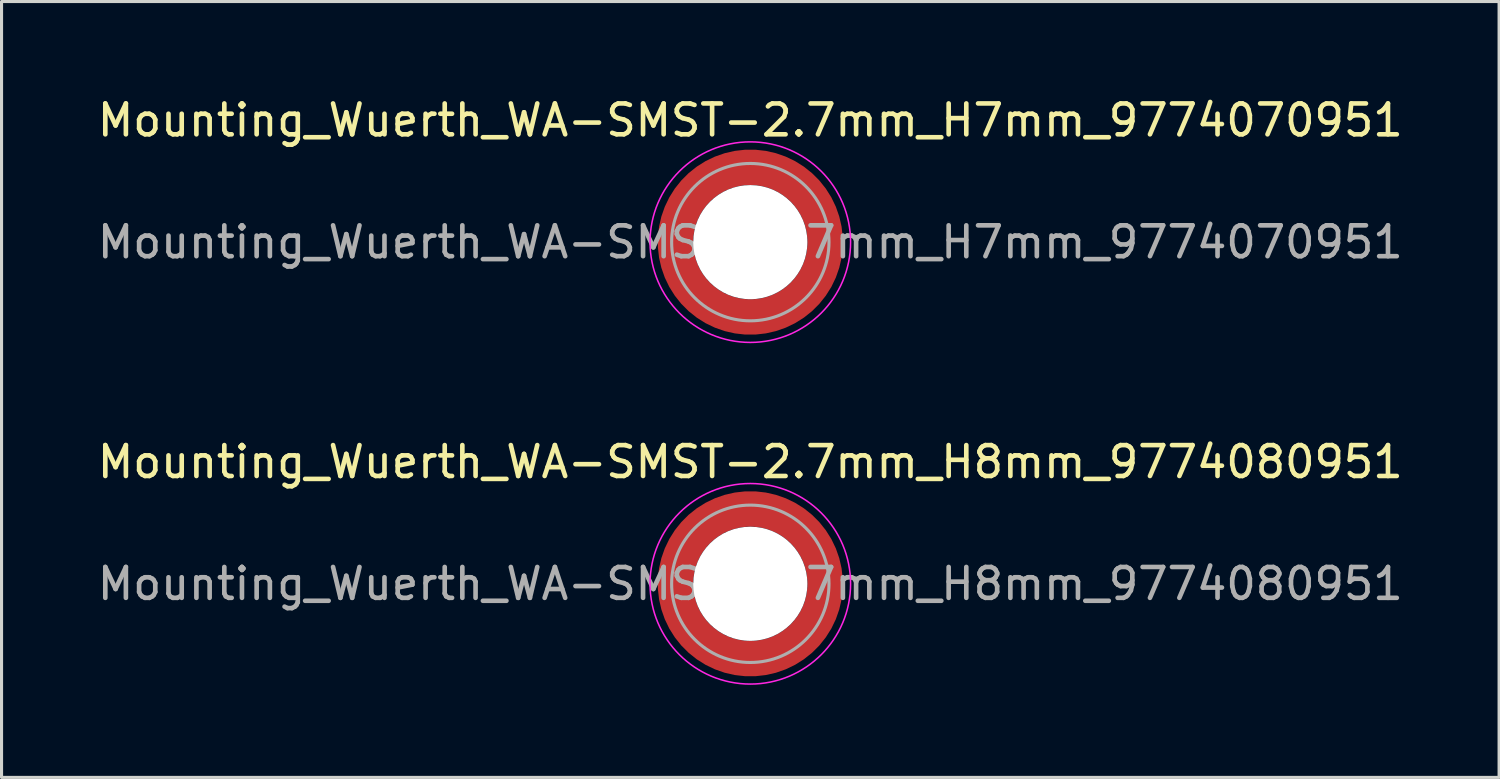
<source format=kicad_pcb>
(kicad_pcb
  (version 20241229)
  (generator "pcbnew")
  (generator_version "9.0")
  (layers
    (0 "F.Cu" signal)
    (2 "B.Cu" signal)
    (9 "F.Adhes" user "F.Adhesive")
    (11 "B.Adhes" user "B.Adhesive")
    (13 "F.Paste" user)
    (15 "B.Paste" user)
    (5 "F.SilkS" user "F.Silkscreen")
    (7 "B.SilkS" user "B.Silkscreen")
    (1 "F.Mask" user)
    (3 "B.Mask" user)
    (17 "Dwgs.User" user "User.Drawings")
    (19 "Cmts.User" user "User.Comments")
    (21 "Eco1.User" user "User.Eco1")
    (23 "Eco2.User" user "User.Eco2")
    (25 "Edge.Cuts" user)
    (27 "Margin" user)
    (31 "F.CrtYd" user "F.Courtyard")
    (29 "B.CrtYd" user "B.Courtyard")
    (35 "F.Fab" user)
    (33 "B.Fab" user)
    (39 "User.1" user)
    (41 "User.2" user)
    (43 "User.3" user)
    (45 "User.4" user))
  (footprint "Mounting_Wuerth_WA-SMST-2.7mm_H7mm_9774070951"
    (layer "F.Cu")
    (at 21.268 4.798)
    (property "Reference" "Mounting_Wuerth_WA-SMST-2.7mm_H7mm_9774070951" (at 0 -3.95 0) (layer "F.SilkS") (effects (font (size 1 1) (thickness 0.15))))
    (attr smd)
    (fp_circle (center 0 0) (end 3.25 0) (stroke (width 0.05) (type solid)) (fill no) (layer "F.CrtYd"))
    (fp_circle (center 0 0) (end 2.55 0) (stroke (width 0.1) (type solid)) (fill no) (layer "F.Fab"))
    (fp_text user "${REFERENCE}" (at 0 0 0) (layer "F.Fab") (effects (font (size 1 1) (thickness 0.15))))
    (pad "" smd custom (at -1.704 -1.704) (size 0.62 0.62) (layers "F.Paste") (options (anchor circle)) (primitives (gr_arc (start -0.250195 1.279127) (mid 0.289914 0.289914) (end 1.279127 -0.250195) (width 0.2)) (gr_arc (start -0.34334 1.279127) (mid 0.225488 0.225488) (end 1.279127 -0.34334) (width 0.2)) (gr_arc (start -0.436309 1.279127) (mid 0.161063 0.161063) (end 1.279127 -0.436309) (width 0.2)) (gr_arc (start -0.529126 1.279127) (mid 0.096638 0.096638) (end 1.279127 -0.529126) (width 0.2)) (gr_arc (start -0.621807 1.279127) (mid 0.032213 0.032213) (end 1.279127 -0.621807) (width 0.2)) (gr_arc (start -0.71437 1.279127) (mid -0.032213 -0.032213) (end 1.279127 -0.71437) (width 0.2)) (gr_arc (start -0.806826 1.279127) (mid -0.096638 -0.096638) (end 1.279127 -0.806826) (width 0.2)) (gr_arc (start -0.899187 1.279127) (mid -0.161063 -0.161063) (end 1.279127 -0.899187) (width 0.2)) (gr_arc (start -0.991463 1.279127) (mid -0.225488 -0.225488) (end 1.279127 -0.991463) (width 0.2)) (gr_arc (start -1.083663 1.279127) (mid -0.289914 -0.289914) (end 1.279127 -1.083663) (width 0.2)) (gr_line (start 1.279 -0.25) (end 1.279 -1.084) (width 0.2)) (gr_line (start -0.25 1.279) (end -1.084 1.279) (width 0.2))))
    (pad "" smd custom (at -1.704 1.704) (size 0.62 0.62) (layers "F.Paste") (options (anchor circle)) (primitives (gr_arc (start 1.279127 0.250195) (mid 0.289914 -0.289914) (end -0.250195 -1.279127) (width 0.2)) (gr_arc (start 1.279127 0.34334) (mid 0.225488 -0.225488) (end -0.34334 -1.279127) (width 0.2)) (gr_arc (start 1.279127 0.436309) (mid 0.161063 -0.161063) (end -0.436309 -1.279127) (width 0.2)) (gr_arc (start 1.279127 0.529126) (mid 0.096638 -0.096638) (end -0.529126 -1.279127) (width 0.2)) (gr_arc (start 1.279127 0.621807) (mid 0.032213 -0.032213) (end -0.621807 -1.279127) (width 0.2)) (gr_arc (start 1.279127 0.71437) (mid -0.032213 0.032213) (end -0.71437 -1.279127) (width 0.2)) (gr_arc (start 1.279127 0.806826) (mid -0.096638 0.096638) (end -0.806826 -1.279127) (width 0.2)) (gr_arc (start 1.279127 0.899187) (mid -0.161063 0.161063) (end -0.899187 -1.279127) (width 0.2)) (gr_arc (start 1.279127 0.991463) (mid -0.225488 0.225488) (end -0.991463 -1.279127) (width 0.2)) (gr_arc (start 1.279127 1.083663) (mid -0.289914 0.289914) (end -1.083663 -1.279127) (width 0.2)) (gr_line (start -0.25 -1.279) (end -1.084 -1.279) (width 0.2)) (gr_line (start 1.279 0.25) (end 1.279 1.084) (width 0.2))))
    (pad "" np_thru_hole circle (at 0 0) (size 3.7 3.7) (drill 3.7) (layers "*.Cu" "*.Mask"))
    (pad "" smd custom (at 1.704 -1.704) (size 0.62 0.62) (layers "F.Paste") (options (anchor circle)) (primitives (gr_arc (start -1.279127 -0.250195) (mid -0.289914 0.289914) (end 0.250195 1.279127) (width 0.2)) (gr_arc (start -1.279127 -0.34334) (mid -0.225488 0.225488) (end 0.34334 1.279127) (width 0.2)) (gr_arc (start -1.279127 -0.436309) (mid -0.161063 0.161063) (end 0.436309 1.279127) (width 0.2)) (gr_arc (start -1.279127 -0.529126) (mid -0.096638 0.096638) (end 0.529126 1.279127) (width 0.2)) (gr_arc (start -1.279127 -0.621807) (mid -0.032213 0.032213) (end 0.621807 1.279127) (width 0.2)) (gr_arc (start -1.279127 -0.71437) (mid 0.032213 -0.032213) (end 0.71437 1.279127) (width 0.2)) (gr_arc (start -1.279127 -0.806826) (mid 0.096638 -0.096638) (end 0.806826 1.279127) (width 0.2)) (gr_arc (start -1.279127 -0.899187) (mid 0.161063 -0.161063) (end 0.899187 1.279127) (width 0.2)) (gr_arc (start -1.279127 -0.991463) (mid 0.225488 -0.225488) (end 0.991463 1.279127) (width 0.2)) (gr_arc (start -1.279127 -1.083663) (mid 0.289914 -0.289914) (end 1.083663 1.279127) (width 0.2)) (gr_line (start 0.25 1.279) (end 1.084 1.279) (width 0.2)) (gr_line (start -1.279 -0.25) (end -1.279 -1.084) (width 0.2))))
    (pad "" smd custom (at 1.704 1.704) (size 0.62 0.62) (layers "F.Paste") (options (anchor circle)) (primitives (gr_arc (start 0.250195 -1.279127) (mid -0.289914 -0.289914) (end -1.279127 0.250195) (width 0.2)) (gr_arc (start 0.34334 -1.279127) (mid -0.225488 -0.225488) (end -1.279127 0.34334) (width 0.2)) (gr_arc (start 0.436309 -1.279127) (mid -0.161063 -0.161063) (end -1.279127 0.436309) (width 0.2)) (gr_arc (start 0.529126 -1.279127) (mid -0.096638 -0.096638) (end -1.279127 0.529126) (width 0.2)) (gr_arc (start 0.621807 -1.279127) (mid -0.032213 -0.032213) (end -1.279127 0.621807) (width 0.2)) (gr_arc (start 0.71437 -1.279127) (mid 0.032213 0.032213) (end -1.279127 0.71437) (width 0.2)) (gr_arc (start 0.806826 -1.279127) (mid 0.096638 0.096638) (end -1.279127 0.806826) (width 0.2)) (gr_arc (start 0.899187 -1.279127) (mid 0.161063 0.161063) (end -1.279127 0.899187) (width 0.2)) (gr_arc (start 0.991463 -1.279127) (mid 0.225488 0.225488) (end -1.279127 0.991463) (width 0.2)) (gr_arc (start 1.083663 -1.279127) (mid 0.289914 0.289914) (end -1.279127 1.083663) (width 0.2)) (gr_line (start -1.279 0.25) (end -1.279 1.084) (width 0.2)) (gr_line (start 0.25 -1.279) (end 1.084 -1.279) (width 0.2))))
    (pad "1" smd circle (at -2.425 0) (size 0.75 0.75) (layers "F.Cu"))
    (pad "1" smd circle (at 0 -2.425) (size 0.75 0.75) (layers "F.Cu"))
    (pad "1" smd circle (at 0 2.425) (size 0.75 0.75) (layers "F.Cu"))
    (pad "1" smd custom (at 2.425 0) (size 0.75 0.75) (layers "F.Cu" "F.Mask") (options (anchor circle)) (primitives (gr_circle (center -2.425 0) (end 0 0) (width 1.15) (fill no)))))
  (footprint "Mounting_Wuerth_WA-SMST-2.7mm_H8mm_9774080951"
    (layer "F.Cu")
    (at 21.268 15.871)
    (property "Reference" "Mounting_Wuerth_WA-SMST-2.7mm_H8mm_9774080951" (at 0 -3.95 0) (layer "F.SilkS") (effects (font (size 1 1) (thickness 0.15))))
    (attr smd)
    (fp_circle (center 0 0) (end 3.25 0) (stroke (width 0.05) (type solid)) (fill no) (layer "F.CrtYd"))
    (fp_circle (center 0 0) (end 2.55 0) (stroke (width 0.1) (type solid)) (fill no) (layer "F.Fab"))
    (fp_text user "${REFERENCE}" (at 0 0 0) (layer "F.Fab") (effects (font (size 1 1) (thickness 0.15))))
    (pad "" smd custom (at -1.704 -1.704) (size 0.62 0.62) (layers "F.Paste") (options (anchor circle)) (primitives (gr_arc (start -0.250195 1.279127) (mid 0.289914 0.289914) (end 1.279127 -0.250195) (width 0.2)) (gr_arc (start -0.34334 1.279127) (mid 0.225488 0.225488) (end 1.279127 -0.34334) (width 0.2)) (gr_arc (start -0.436309 1.279127) (mid 0.161063 0.161063) (end 1.279127 -0.436309) (width 0.2)) (gr_arc (start -0.529126 1.279127) (mid 0.096638 0.096638) (end 1.279127 -0.529126) (width 0.2)) (gr_arc (start -0.621807 1.279127) (mid 0.032213 0.032213) (end 1.279127 -0.621807) (width 0.2)) (gr_arc (start -0.71437 1.279127) (mid -0.032213 -0.032213) (end 1.279127 -0.71437) (width 0.2)) (gr_arc (start -0.806826 1.279127) (mid -0.096638 -0.096638) (end 1.279127 -0.806826) (width 0.2)) (gr_arc (start -0.899187 1.279127) (mid -0.161063 -0.161063) (end 1.279127 -0.899187) (width 0.2)) (gr_arc (start -0.991463 1.279127) (mid -0.225488 -0.225488) (end 1.279127 -0.991463) (width 0.2)) (gr_arc (start -1.083663 1.279127) (mid -0.289914 -0.289914) (end 1.279127 -1.083663) (width 0.2)) (gr_line (start 1.279 -0.25) (end 1.279 -1.084) (width 0.2)) (gr_line (start -0.25 1.279) (end -1.084 1.279) (width 0.2))))
    (pad "" smd custom (at -1.704 1.704) (size 0.62 0.62) (layers "F.Paste") (options (anchor circle)) (primitives (gr_arc (start 1.279127 0.250195) (mid 0.289914 -0.289914) (end -0.250195 -1.279127) (width 0.2)) (gr_arc (start 1.279127 0.34334) (mid 0.225488 -0.225488) (end -0.34334 -1.279127) (width 0.2)) (gr_arc (start 1.279127 0.436309) (mid 0.161063 -0.161063) (end -0.436309 -1.279127) (width 0.2)) (gr_arc (start 1.279127 0.529126) (mid 0.096638 -0.096638) (end -0.529126 -1.279127) (width 0.2)) (gr_arc (start 1.279127 0.621807) (mid 0.032213 -0.032213) (end -0.621807 -1.279127) (width 0.2)) (gr_arc (start 1.279127 0.71437) (mid -0.032213 0.032213) (end -0.71437 -1.279127) (width 0.2)) (gr_arc (start 1.279127 0.806826) (mid -0.096638 0.096638) (end -0.806826 -1.279127) (width 0.2)) (gr_arc (start 1.279127 0.899187) (mid -0.161063 0.161063) (end -0.899187 -1.279127) (width 0.2)) (gr_arc (start 1.279127 0.991463) (mid -0.225488 0.225488) (end -0.991463 -1.279127) (width 0.2)) (gr_arc (start 1.279127 1.083663) (mid -0.289914 0.289914) (end -1.083663 -1.279127) (width 0.2)) (gr_line (start -0.25 -1.279) (end -1.084 -1.279) (width 0.2)) (gr_line (start 1.279 0.25) (end 1.279 1.084) (width 0.2))))
    (pad "" np_thru_hole circle (at 0 0) (size 3.7 3.7) (drill 3.7) (layers "*.Cu" "*.Mask"))
    (pad "" smd custom (at 1.704 -1.704) (size 0.62 0.62) (layers "F.Paste") (options (anchor circle)) (primitives (gr_arc (start -1.279127 -0.250195) (mid -0.289914 0.289914) (end 0.250195 1.279127) (width 0.2)) (gr_arc (start -1.279127 -0.34334) (mid -0.225488 0.225488) (end 0.34334 1.279127) (width 0.2)) (gr_arc (start -1.279127 -0.436309) (mid -0.161063 0.161063) (end 0.436309 1.279127) (width 0.2)) (gr_arc (start -1.279127 -0.529126) (mid -0.096638 0.096638) (end 0.529126 1.279127) (width 0.2)) (gr_arc (start -1.279127 -0.621807) (mid -0.032213 0.032213) (end 0.621807 1.279127) (width 0.2)) (gr_arc (start -1.279127 -0.71437) (mid 0.032213 -0.032213) (end 0.71437 1.279127) (width 0.2)) (gr_arc (start -1.279127 -0.806826) (mid 0.096638 -0.096638) (end 0.806826 1.279127) (width 0.2)) (gr_arc (start -1.279127 -0.899187) (mid 0.161063 -0.161063) (end 0.899187 1.279127) (width 0.2)) (gr_arc (start -1.279127 -0.991463) (mid 0.225488 -0.225488) (end 0.991463 1.279127) (width 0.2)) (gr_arc (start -1.279127 -1.083663) (mid 0.289914 -0.289914) (end 1.083663 1.279127) (width 0.2)) (gr_line (start 0.25 1.279) (end 1.084 1.279) (width 0.2)) (gr_line (start -1.279 -0.25) (end -1.279 -1.084) (width 0.2))))
    (pad "" smd custom (at 1.704 1.704) (size 0.62 0.62) (layers "F.Paste") (options (anchor circle)) (primitives (gr_arc (start 0.250195 -1.279127) (mid -0.289914 -0.289914) (end -1.279127 0.250195) (width 0.2)) (gr_arc (start 0.34334 -1.279127) (mid -0.225488 -0.225488) (end -1.279127 0.34334) (width 0.2)) (gr_arc (start 0.436309 -1.279127) (mid -0.161063 -0.161063) (end -1.279127 0.436309) (width 0.2)) (gr_arc (start 0.529126 -1.279127) (mid -0.096638 -0.096638) (end -1.279127 0.529126) (width 0.2)) (gr_arc (start 0.621807 -1.279127) (mid -0.032213 -0.032213) (end -1.279127 0.621807) (width 0.2)) (gr_arc (start 0.71437 -1.279127) (mid 0.032213 0.032213) (end -1.279127 0.71437) (width 0.2)) (gr_arc (start 0.806826 -1.279127) (mid 0.096638 0.096638) (end -1.279127 0.806826) (width 0.2)) (gr_arc (start 0.899187 -1.279127) (mid 0.161063 0.161063) (end -1.279127 0.899187) (width 0.2)) (gr_arc (start 0.991463 -1.279127) (mid 0.225488 0.225488) (end -1.279127 0.991463) (width 0.2)) (gr_arc (start 1.083663 -1.279127) (mid 0.289914 0.289914) (end -1.279127 1.083663) (width 0.2)) (gr_line (start -1.279 0.25) (end -1.279 1.084) (width 0.2)) (gr_line (start 0.25 -1.279) (end 1.084 -1.279) (width 0.2))))
    (pad "1" smd circle (at -2.425 0) (size 0.75 0.75) (layers "F.Cu"))
    (pad "1" smd circle (at 0 -2.425) (size 0.75 0.75) (layers "F.Cu"))
    (pad "1" smd circle (at 0 2.425) (size 0.75 0.75) (layers "F.Cu"))
    (pad "1" smd custom (at 2.425 0) (size 0.75 0.75) (layers "F.Cu" "F.Mask") (options (anchor circle)) (primitives (gr_circle (center -2.425 0) (end 0 0) (width 1.15) (fill no)))))
  (gr_rect
    (start -3 -3)
    (end 45.536 22.146)
    (stroke (width 0.1) (type default))
    (fill no)
    (layer "Edge.Cuts")))
</source>
